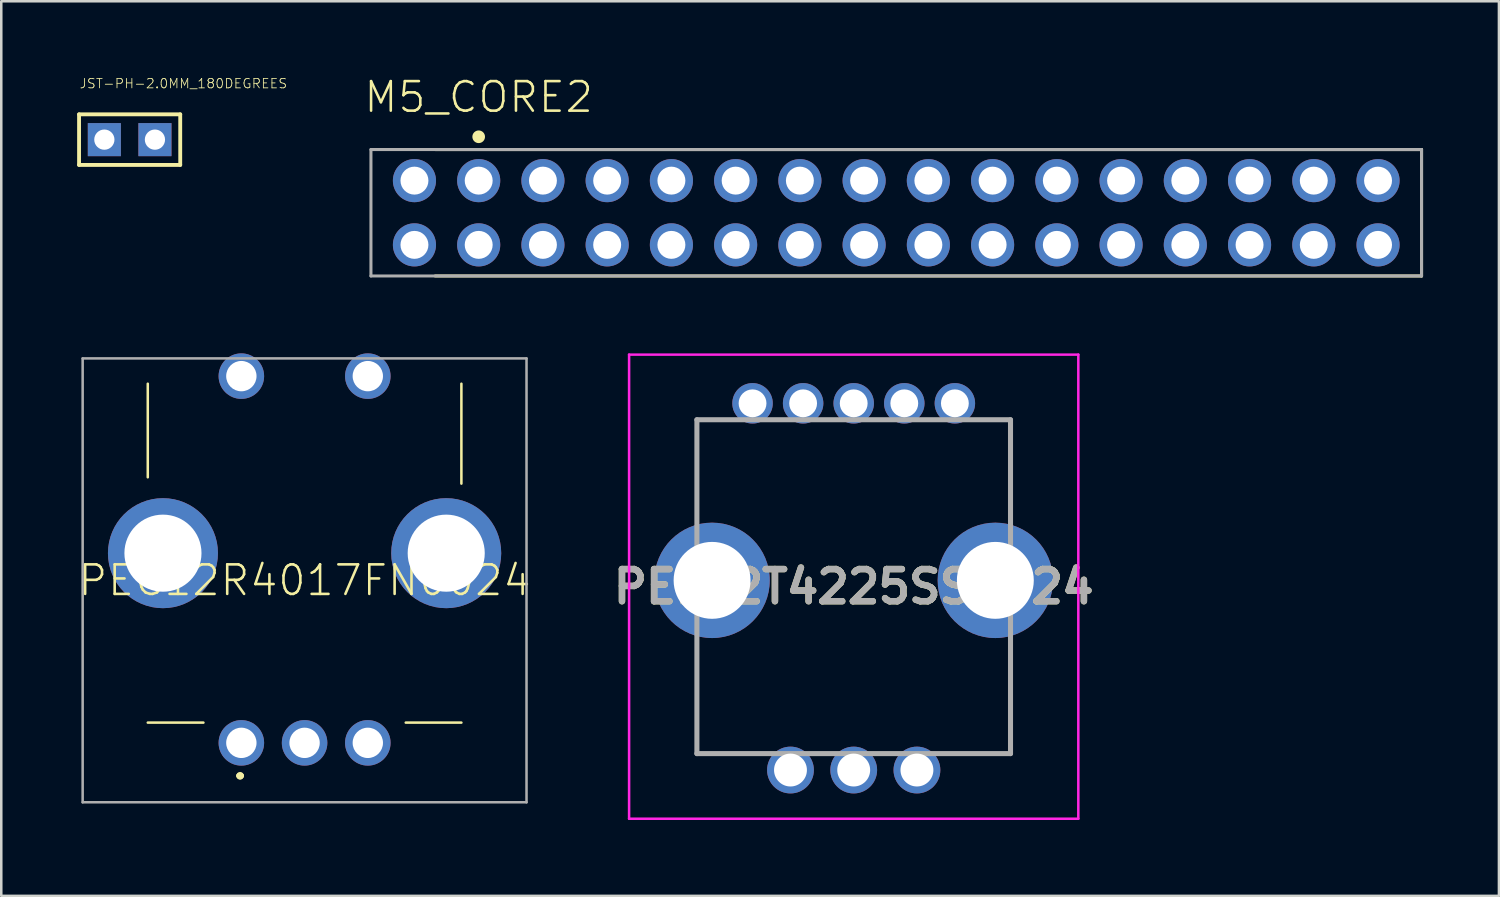
<source format=kicad_pcb>
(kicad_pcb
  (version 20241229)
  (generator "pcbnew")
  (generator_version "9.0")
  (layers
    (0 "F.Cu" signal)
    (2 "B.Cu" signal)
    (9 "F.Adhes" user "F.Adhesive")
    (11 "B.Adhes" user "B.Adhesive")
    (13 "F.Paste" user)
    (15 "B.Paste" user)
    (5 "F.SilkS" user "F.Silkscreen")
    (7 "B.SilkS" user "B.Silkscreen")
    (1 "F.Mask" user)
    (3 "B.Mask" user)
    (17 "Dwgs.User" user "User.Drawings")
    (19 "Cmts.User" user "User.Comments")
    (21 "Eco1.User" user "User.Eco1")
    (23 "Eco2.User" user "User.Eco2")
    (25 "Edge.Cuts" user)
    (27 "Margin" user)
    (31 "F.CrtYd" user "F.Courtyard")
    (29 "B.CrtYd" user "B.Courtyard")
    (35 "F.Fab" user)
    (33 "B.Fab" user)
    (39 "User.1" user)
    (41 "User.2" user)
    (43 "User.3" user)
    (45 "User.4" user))
  (footprint "PEC12R4017FN0024"
    (layer "F.Cu")
    (at 6.493 26.322)
    (property "Reference" "PEC12R4017FN0024" (at 2.5 -6.425 0) (unlocked yes) (layer "F.SilkS") (effects (font (size 1.168 1.168) (thickness 0.102))))
    (fp_line (start -3.7 -10.5) (end -3.7 -14.2) (stroke (width 0.1) (type solid)) (layer "F.SilkS"))
    (fp_line (start -1.5 -0.8) (end -3.7 -0.8) (stroke (width 0.1) (type solid)) (layer "F.SilkS"))
    (fp_line (start 8.7 -10.25) (end 8.7 -14.2) (stroke (width 0.1) (type solid)) (layer "F.SilkS"))
    (fp_line (start 8.7 -0.8) (end 6.5 -0.8) (stroke (width 0.1) (type solid)) (layer "F.SilkS"))
    (fp_arc (start -0.1 1.3) (mid -0.05 1.25) (end 0 1.3) (stroke (width 0.2) (type solid)) (layer "F.SilkS"))
    (fp_arc (start 0 1.3) (mid -0.05 1.35) (end -0.1 1.3) (stroke (width 0.2) (type solid)) (layer "F.SilkS"))
    (fp_arc (start 0 1.3) (mid -0.05 1.35) (end -0.1 1.3) (stroke (width 0.2) (type solid)) (layer "F.SilkS"))
    (fp_line (start -6.275 -15.2) (end 11.275 -15.2) (stroke (width 0.1) (type solid)) (layer "F.Fab"))
    (fp_line (start -6.275 2.35) (end -6.275 -15.2) (stroke (width 0.1) (type solid)) (layer "F.Fab"))
    (fp_line (start 11.275 -15.2) (end 11.275 2.35) (stroke (width 0.1) (type solid)) (layer "F.Fab"))
    (fp_line (start 11.275 2.35) (end -6.275 2.35) (stroke (width 0.1) (type solid)) (layer "F.Fab"))
    (pad "A1" thru_hole circle (at 0 0) (size 1.8 1.8) (drill 1.2) (layers "*.Cu" "*.Mask"))
    (pad "B1" thru_hole circle (at 5 0) (size 1.8 1.8) (drill 1.2) (layers "*.Cu" "*.Mask"))
    (pad "C1" thru_hole circle (at 2.5 0) (size 1.8 1.8) (drill 1.2) (layers "*.Cu" "*.Mask"))
    (pad "MH1" thru_hole circle (at -3.1 -7.5) (size 4.35 4.35) (drill 3.048) (layers "*.Cu" "*.Mask"))
    (pad "MH2" thru_hole circle (at 8.1 -7.5) (size 4.35 4.35) (drill 3.048) (layers "*.Cu" "*.Mask"))
    (pad "P$1" thru_hole circle (at 0 -14.5) (size 1.8 1.8) (drill 1.2) (layers "*.Cu" "*.Mask"))
    (pad "P$2" thru_hole circle (at 5 -14.5) (size 1.8 1.8) (drill 1.2) (layers "*.Cu" "*.Mask")))
  (footprint "JST-PH-2.0MM_180DEGREES"
    (layer "F.Cu")
    (at 1.076 2.471)
    (property "Reference" "JST-PH-2.0MM_180DEGREES" (at -1 -2 0) (unlocked yes) (layer "F.SilkS") (effects (font (size 0.374 0.374) (thickness 0.033)) (justify left bottom)))
    (fp_line (start -1 -1) (end 3 -1) (stroke (width 0.152) (type solid)) (layer "F.SilkS"))
    (fp_line (start -1 1) (end -1 -1) (stroke (width 0.152) (type solid)) (layer "F.SilkS"))
    (fp_line (start 3 -1) (end 3 1) (stroke (width 0.152) (type solid)) (layer "F.SilkS"))
    (fp_line (start 3 1) (end -1 1) (stroke (width 0.152) (type solid)) (layer "F.SilkS"))
    (pad "P$1" thru_hole rect (at 0 0) (size 1.308 1.308) (drill 0.8) (layers "*.Cu" "*.Mask"))
    (pad "P$2" thru_hole rect (at 2 0) (size 1.308 1.308) (drill 0.8) (layers "*.Cu" "*.Mask")))
  (footprint "PEL12T4225SS1024"
    (layer "F.Cu")
    (at 30.705 20.147)
    (property "Reference" "PEL12T4225SS1024" (at 0 0 0) (layer "F.SilkS") (effects (font (size 1.27 1.27) (thickness 0.254))))
    (attr through_hole)
    (fp_line (start -6.2 -6.6) (end -6.2 -3) (stroke (width 0.1) (type solid)) (layer "F.SilkS"))
    (fp_line (start -6.2 6.6) (end -6.2 2.5) (stroke (width 0.1) (type solid)) (layer "F.SilkS"))
    (fp_line (start -5.5 -6.6) (end -6.2 -6.6) (stroke (width 0.1) (type solid)) (layer "F.SilkS"))
    (fp_line (start -4 6.6) (end -6.2 6.6) (stroke (width 0.1) (type solid)) (layer "F.SilkS"))
    (fp_line (start 4 6.6) (end 6.2 6.6) (stroke (width 0.1) (type solid)) (layer "F.SilkS"))
    (fp_line (start 6.2 -6.6) (end 5.6 -6.6) (stroke (width 0.1) (type solid)) (layer "F.SilkS"))
    (fp_line (start 6.2 -3) (end 6.2 -6.6) (stroke (width 0.1) (type solid)) (layer "F.SilkS"))
    (fp_line (start 6.2 3) (end 6.2 2.5) (stroke (width 0.1) (type solid)) (layer "F.SilkS"))
    (fp_line (start 6.2 6.6) (end 6.2 3) (stroke (width 0.1) (type solid)) (layer "F.SilkS"))
    (fp_line (start -8.881 -9.175) (end 8.881 -9.175) (stroke (width 0.1) (type solid)) (layer "F.CrtYd"))
    (fp_line (start -8.881 9.175) (end -8.881 -9.175) (stroke (width 0.1) (type solid)) (layer "F.CrtYd"))
    (fp_line (start 8.881 -9.175) (end 8.881 9.175) (stroke (width 0.1) (type solid)) (layer "F.CrtYd"))
    (fp_line (start 8.881 9.175) (end -8.881 9.175) (stroke (width 0.1) (type solid)) (layer "F.CrtYd"))
    (fp_line (start -6.2 -6.6) (end 6.2 -6.6) (stroke (width 0.2) (type solid)) (layer "F.Fab"))
    (fp_line (start -6.2 6.6) (end -6.2 -6.6) (stroke (width 0.2) (type solid)) (layer "F.Fab"))
    (fp_line (start 6.2 -6.6) (end 6.2 6.6) (stroke (width 0.2) (type solid)) (layer "F.Fab"))
    (fp_line (start 6.2 6.6) (end -6.2 6.6) (stroke (width 0.2) (type solid)) (layer "F.Fab"))
    (fp_text user "${REFERENCE}" (at 0 0 0) (layer "F.Fab") (effects (font (size 1.27 1.27) (thickness 0.254))))
    (pad "1" thru_hole circle (at -4 -7.25) (size 1.6 1.6) (drill 1.1) (layers "*.Cu" "*.Mask"))
    (pad "2" thru_hole circle (at -2 -7.25) (size 1.6 1.6) (drill 1.1) (layers "*.Cu" "*.Mask"))
    (pad "3" thru_hole circle (at 0 -7.25) (size 1.6 1.6) (drill 1.1) (layers "*.Cu" "*.Mask"))
    (pad "4" thru_hole circle (at 2 -7.25) (size 1.6 1.6) (drill 1.1) (layers "*.Cu" "*.Mask"))
    (pad "5" thru_hole circle (at 4 -7.25) (size 1.6 1.6) (drill 1.1) (layers "*.Cu" "*.Mask"))
    (pad "A1" thru_hole circle (at -2.5 7.25) (size 1.85 1.85) (drill 1.3) (layers "*.Cu" "*.Mask"))
    (pad "B1" thru_hole circle (at 2.5 7.25) (size 1.85 1.85) (drill 1.3) (layers "*.Cu" "*.Mask"))
    (pad "C1" thru_hole circle (at 0 7.25) (size 1.85 1.85) (drill 1.3) (layers "*.Cu" "*.Mask"))
    (pad "MH1" thru_hole circle (at -5.6 -0.25) (size 4.562 4.562) (drill 3.041) (layers "*.Cu" "*.Mask"))
    (pad "MH2" thru_hole circle (at 5.6 -0.25) (size 4.562 4.562) (drill 3.041) (layers "*.Cu" "*.Mask")))
  (footprint "M5_CORE2"
    (layer "F.Cu")
    (at 15.877 4.092)
    (property "Reference" "M5_CORE2" (at 0 -2.619 0) (unlocked yes) (layer "F.SilkS") (effects (font (size 1.168 1.168) (thickness 0.102)) (justify bottom)))
    (fp_line (start -1.72 -1.23) (end 37.28 -1.23) (stroke (width 0.12) (type solid)) (layer "F.SilkS"))
    (fp_line (start 37.28 -1.23) (end 37.28 3.77) (stroke (width 0.12) (type solid)) (layer "F.SilkS"))
    (fp_line (start 37.28 3.77) (end -1.72 3.77) (stroke (width 0.12) (type solid)) (layer "F.SilkS"))
    (fp_circle (center 0 -1.734) (end 0.125 -1.734) (stroke (width 0.25) (type solid)) (fill yes) (layer "F.SilkS"))
    (fp_line (start -4.26 -1.23) (end 37.28 -1.23) (stroke (width 0.12) (type solid)) (layer "F.Fab"))
    (fp_line (start -4.26 3.77) (end -4.26 -1.23) (stroke (width 0.12) (type solid)) (layer "F.Fab"))
    (fp_line (start 37.28 -1.23) (end 37.28 3.77) (stroke (width 0.12) (type solid)) (layer "F.Fab"))
    (fp_line (start 37.28 3.77) (end -4.26 3.77) (stroke (width 0.12) (type solid)) (layer "F.Fab"))
    (pad "0" thru_hole circle (at -2.54 0) (size 1.705 1.705) (drill 1.105) (layers "*.Cu" "*.Mask"))
    (pad "1" thru_hole circle (at 0 0) (size 1.705 1.705) (drill 1.105) (layers "*.Cu" "*.Mask"))
    (pad "2" thru_hole circle (at 2.54 0) (size 1.705 1.705) (drill 1.105) (layers "*.Cu" "*.Mask"))
    (pad "3" thru_hole circle (at 5.08 0) (size 1.705 1.705) (drill 1.105) (layers "*.Cu" "*.Mask"))
    (pad "4" thru_hole circle (at 7.62 0) (size 1.705 1.705) (drill 1.105) (layers "*.Cu" "*.Mask"))
    (pad "5" thru_hole circle (at 10.16 0) (size 1.705 1.705) (drill 1.105) (layers "*.Cu" "*.Mask"))
    (pad "6" thru_hole circle (at 12.7 0) (size 1.705 1.705) (drill 1.105) (layers "*.Cu" "*.Mask"))
    (pad "7" thru_hole circle (at 15.24 0) (size 1.705 1.705) (drill 1.105) (layers "*.Cu" "*.Mask"))
    (pad "8" thru_hole circle (at 17.78 0) (size 1.705 1.705) (drill 1.105) (layers "*.Cu" "*.Mask"))
    (pad "9" thru_hole circle (at 20.32 0) (size 1.705 1.705) (drill 1.105) (layers "*.Cu" "*.Mask"))
    (pad "10" thru_hole circle (at 22.86 0) (size 1.705 1.705) (drill 1.105) (layers "*.Cu" "*.Mask"))
    (pad "11" thru_hole circle (at 25.4 0) (size 1.705 1.705) (drill 1.105) (layers "*.Cu" "*.Mask"))
    (pad "12" thru_hole circle (at 27.94 0) (size 1.705 1.705) (drill 1.105) (layers "*.Cu" "*.Mask"))
    (pad "13" thru_hole circle (at 30.48 0) (size 1.705 1.705) (drill 1.105) (layers "*.Cu" "*.Mask"))
    (pad "14" thru_hole circle (at 33.02 0) (size 1.705 1.705) (drill 1.105) (layers "*.Cu" "*.Mask"))
    (pad "15" thru_hole circle (at 35.56 0) (size 1.705 1.705) (drill 1.105) (layers "*.Cu" "*.Mask"))
    (pad "16" thru_hole circle (at 35.56 2.54) (size 1.705 1.705) (drill 1.105) (layers "*.Cu" "*.Mask"))
    (pad "17" thru_hole circle (at 33.02 2.54) (size 1.705 1.705) (drill 1.105) (layers "*.Cu" "*.Mask"))
    (pad "18" thru_hole circle (at 30.48 2.54) (size 1.705 1.705) (drill 1.105) (layers "*.Cu" "*.Mask"))
    (pad "19" thru_hole circle (at 27.94 2.54) (size 1.705 1.705) (drill 1.105) (layers "*.Cu" "*.Mask"))
    (pad "20" thru_hole circle (at 25.4 2.54) (size 1.705 1.705) (drill 1.105) (layers "*.Cu" "*.Mask"))
    (pad "21" thru_hole circle (at 22.86 2.54) (size 1.705 1.705) (drill 1.105) (layers "*.Cu" "*.Mask"))
    (pad "22" thru_hole circle (at 20.32 2.54) (size 1.705 1.705) (drill 1.105) (layers "*.Cu" "*.Mask"))
    (pad "23" thru_hole circle (at 17.78 2.54) (size 1.705 1.705) (drill 1.105) (layers "*.Cu" "*.Mask"))
    (pad "24" thru_hole circle (at 15.24 2.54) (size 1.705 1.705) (drill 1.105) (layers "*.Cu" "*.Mask"))
    (pad "25" thru_hole circle (at 12.7 2.54) (size 1.705 1.705) (drill 1.105) (layers "*.Cu" "*.Mask"))
    (pad "26" thru_hole circle (at 10.16 2.54) (size 1.705 1.705) (drill 1.105) (layers "*.Cu" "*.Mask"))
    (pad "27" thru_hole circle (at 7.62 2.54) (size 1.705 1.705) (drill 1.105) (layers "*.Cu" "*.Mask"))
    (pad "28" thru_hole circle (at 5.08 2.54) (size 1.705 1.705) (drill 1.105) (layers "*.Cu" "*.Mask"))
    (pad "29" thru_hole circle (at 2.54 2.54) (size 1.705 1.705) (drill 1.105) (layers "*.Cu" "*.Mask"))
    (pad "30" thru_hole circle (at 0 2.54) (size 1.705 1.705) (drill 1.105) (layers "*.Cu" "*.Mask"))
    (pad "31" thru_hole circle (at -2.54 2.54) (size 1.705 1.705) (drill 1.105) (layers "*.Cu" "*.Mask")))
  (gr_rect
    (start -3 -3)
    (end 56.217 32.372)
    (stroke (width 0.1) (type default))
    (fill no)
    (layer "Edge.Cuts")))
</source>
